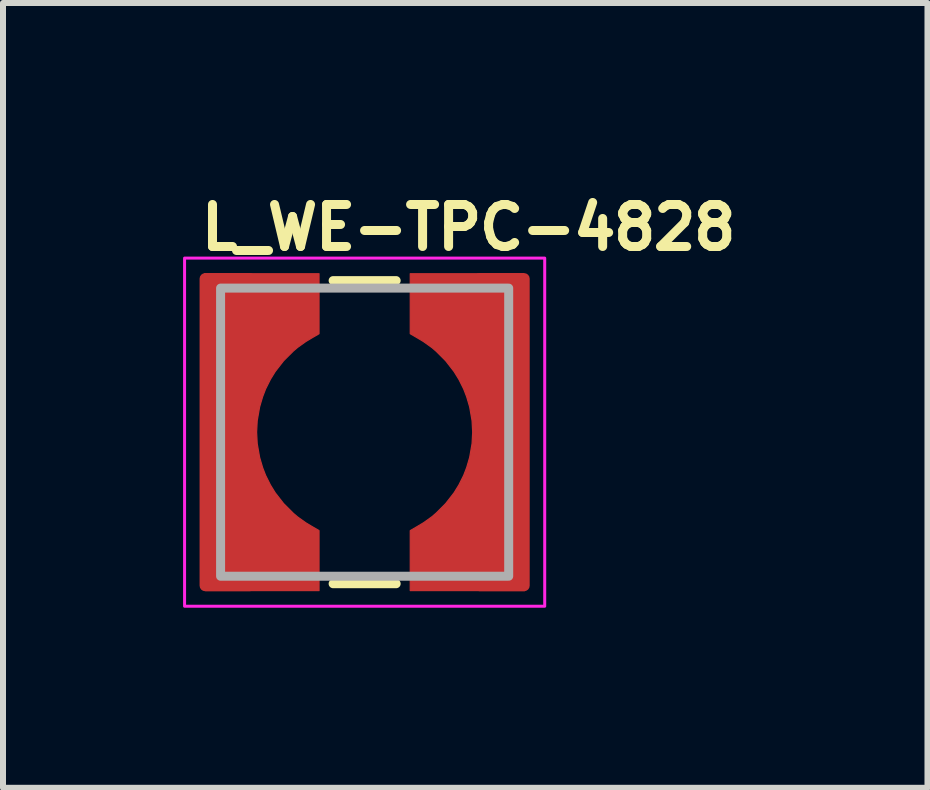
<source format=kicad_pcb>
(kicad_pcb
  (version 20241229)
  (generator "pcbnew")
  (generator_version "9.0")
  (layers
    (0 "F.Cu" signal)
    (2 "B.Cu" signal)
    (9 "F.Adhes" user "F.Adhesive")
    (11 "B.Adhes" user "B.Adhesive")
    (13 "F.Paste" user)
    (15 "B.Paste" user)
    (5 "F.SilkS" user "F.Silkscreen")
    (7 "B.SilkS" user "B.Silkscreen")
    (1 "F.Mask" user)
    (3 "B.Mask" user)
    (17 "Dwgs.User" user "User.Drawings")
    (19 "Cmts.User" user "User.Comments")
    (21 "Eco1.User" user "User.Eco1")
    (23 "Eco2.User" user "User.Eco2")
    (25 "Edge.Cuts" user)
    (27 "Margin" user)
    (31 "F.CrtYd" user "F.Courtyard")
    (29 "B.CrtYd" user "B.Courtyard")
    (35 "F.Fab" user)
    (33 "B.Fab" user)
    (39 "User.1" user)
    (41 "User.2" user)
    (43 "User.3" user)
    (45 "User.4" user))
  (footprint "L_WE-TPC-4828"
    (layer "F.Cu")
    (at 3.025 4.15)
    (property "Reference" "L_WE-TPC-4828" (at -2.8 -3 0) (layer "F.SilkS") (effects (font (size 0.7 0.7) (thickness 0.15)) (justify left bottom)))
    (attr smd)
    (fp_poly (pts (xy -2.667 -2.64) (xy -0.76 -2.64) (xy -0.76 -1.64) (xy -0.88 -1.57) (xy -0.98 -1.51) (xy -1.12 -1.41) (xy -1.19 -1.35) (xy -1.35 -1.19) (xy -1.49 -1.01) (xy -1.57 -0.88) (xy -1.65 -0.72) (xy -1.7 -0.59) (xy -1.75 -0.42) (xy -1.79 -0.19) (xy -1.8 0) (xy -1.79 0.19) (xy -1.75 0.42) (xy -1.7 0.59) (xy -1.65 0.72) (xy -1.57 0.88) (xy -1.49 1.01) (xy -1.35 1.19) (xy -1.19 1.35) (xy -1.12 1.41) (xy -0.98 1.51) (xy -0.88 1.57) (xy -0.76 1.64) (xy -0.76 2.64) (xy -2.65 2.64)) (stroke (width 0.02) (type solid)) (fill yes) (layer "F.Cu"))
    (fp_poly (pts (xy 2.667 2.64) (xy 0.76 2.64) (xy 0.76 1.64) (xy 0.88 1.57) (xy 0.98 1.51) (xy 1.12 1.41) (xy 1.19 1.35) (xy 1.35 1.19) (xy 1.49 1.01) (xy 1.57 0.88) (xy 1.65 0.72) (xy 1.7 0.59) (xy 1.75 0.42) (xy 1.79 0.19) (xy 1.8 0) (xy 1.79 -0.19) (xy 1.75 -0.42) (xy 1.7 -0.59) (xy 1.65 -0.72) (xy 1.57 -0.88) (xy 1.49 -1.01) (xy 1.35 -1.19) (xy 1.19 -1.35) (xy 1.12 -1.41) (xy 0.98 -1.51) (xy 0.88 -1.57) (xy 0.76 -1.64) (xy 0.76 -2.64) (xy 2.65 -2.64)) (stroke (width 0.02) (type solid)) (fill yes) (layer "F.Cu"))
    (fp_poly (pts (xy -2.667 -2.64) (xy -0.76 -2.64) (xy -0.76 -1.64) (xy -0.88 -1.57) (xy -0.98 -1.51) (xy -1.12 -1.41) (xy -1.19 -1.35) (xy -1.35 -1.19) (xy -1.49 -1.01) (xy -1.57 -0.88) (xy -1.65 -0.72) (xy -1.7 -0.59) (xy -1.75 -0.42) (xy -1.79 -0.19) (xy -1.8 0) (xy -1.79 0.19) (xy -1.75 0.42) (xy -1.7 0.59) (xy -1.65 0.72) (xy -1.57 0.88) (xy -1.49 1.01) (xy -1.35 1.19) (xy -1.19 1.35) (xy -1.12 1.41) (xy -0.98 1.51) (xy -0.88 1.57) (xy -0.76 1.64) (xy -0.76 2.64) (xy -2.65 2.64)) (stroke (width 0.02) (type solid)) (fill yes) (layer "F.Mask"))
    (fp_poly (pts (xy 2.667 2.64) (xy 0.76 2.64) (xy 0.76 1.64) (xy 0.88 1.57) (xy 0.98 1.51) (xy 1.12 1.41) (xy 1.19 1.35) (xy 1.35 1.19) (xy 1.49 1.01) (xy 1.57 0.88) (xy 1.65 0.72) (xy 1.7 0.59) (xy 1.75 0.42) (xy 1.79 0.19) (xy 1.8 0) (xy 1.79 -0.19) (xy 1.75 -0.42) (xy 1.7 -0.59) (xy 1.65 -0.72) (xy 1.57 -0.88) (xy 1.49 -1.01) (xy 1.35 -1.19) (xy 1.19 -1.35) (xy 1.12 -1.41) (xy 0.98 -1.51) (xy 0.88 -1.57) (xy 0.76 -1.64) (xy 0.76 -2.64) (xy 2.65 -2.64)) (stroke (width 0.02) (type solid)) (fill yes) (layer "F.Mask"))
    (fp_line (start -0.525 -2.525) (end 0.525 -2.525) (stroke (width 0.15) (type solid)) (layer "F.SilkS"))
    (fp_line (start -0.525 2.525) (end 0.525 2.525) (stroke (width 0.15) (type solid)) (layer "F.SilkS"))
    (fp_poly (pts (xy -2.667 -2.64) (xy -0.76 -2.64) (xy -0.76 -1.64) (xy -0.88 -1.57) (xy -0.98 -1.51) (xy -1.12 -1.41) (xy -1.19 -1.35) (xy -1.35 -1.19) (xy -1.49 -1.01) (xy -1.57 -0.88) (xy -1.65 -0.72) (xy -1.7 -0.59) (xy -1.75 -0.42) (xy -1.79 -0.19) (xy -1.8 0) (xy -1.79 0.19) (xy -1.75 0.42) (xy -1.7 0.59) (xy -1.65 0.72) (xy -1.57 0.88) (xy -1.49 1.01) (xy -1.35 1.19) (xy -1.19 1.35) (xy -1.12 1.41) (xy -0.98 1.51) (xy -0.88 1.57) (xy -0.76 1.64) (xy -0.76 2.64) (xy -2.65 2.64)) (stroke (width 0.02) (type solid)) (fill yes) (layer "F.Paste"))
    (fp_poly (pts (xy 2.667 2.64) (xy 0.76 2.64) (xy 0.76 1.64) (xy 0.88 1.57) (xy 0.98 1.51) (xy 1.12 1.41) (xy 1.19 1.35) (xy 1.35 1.19) (xy 1.49 1.01) (xy 1.57 0.88) (xy 1.65 0.72) (xy 1.7 0.59) (xy 1.75 0.42) (xy 1.79 0.19) (xy 1.8 0) (xy 1.79 -0.19) (xy 1.75 -0.42) (xy 1.7 -0.59) (xy 1.65 -0.72) (xy 1.57 -0.88) (xy 1.49 -1.01) (xy 1.35 -1.19) (xy 1.19 -1.35) (xy 1.12 -1.41) (xy 0.98 -1.51) (xy 0.88 -1.57) (xy 0.76 -1.64) (xy 0.76 -2.64) (xy 2.65 -2.64)) (stroke (width 0.02) (type solid)) (fill yes) (layer "F.Paste"))
    (fp_rect (start -3 2.9) (end 3 -2.9) (stroke (width 0.05) (type solid)) (fill no) (layer "F.CrtYd"))
    (fp_rect (start -2.4 2.4) (end 2.4 -2.4) (stroke (width 0.15) (type solid)) (fill no) (layer "F.Fab"))
    (fp_rect (start -2.4 2.4) (end 2.4 -2.4) (stroke (width 0.1) (type solid)) (fill no) (layer "User.5"))
    (fp_line (start -2.4 -2.2) (end -2.4 2.2) (stroke (width 0.02) (type solid)) (layer "User.9"))
    (fp_line (start -2.4 2.2) (end -2.399 2.209) (stroke (width 0.02) (type solid)) (layer "User.9"))
    (fp_line (start -2.399 -2.219) (end -2.399 -2.209) (stroke (width 0.02) (type solid)) (layer "User.9"))
    (fp_line (start -2.399 -2.209) (end -2.4 -2.2) (stroke (width 0.02) (type solid)) (layer "User.9"))
    (fp_line (start -2.399 2.209) (end -2.399 2.219) (stroke (width 0.02) (type solid)) (layer "User.9"))
    (fp_line (start -2.399 2.219) (end -2.397 2.229) (stroke (width 0.02) (type solid)) (layer "User.9"))
    (fp_line (start -2.397 -2.229) (end -2.399 -2.219) (stroke (width 0.02) (type solid)) (layer "User.9"))
    (fp_line (start -2.397 2.229) (end -2.396 2.239) (stroke (width 0.02) (type solid)) (layer "User.9"))
    (fp_line (start -2.396 -2.239) (end -2.397 -2.229) (stroke (width 0.02) (type solid)) (layer "User.9"))
    (fp_line (start -2.396 2.239) (end -2.393 2.248) (stroke (width 0.02) (type solid)) (layer "User.9"))
    (fp_line (start -2.393 -2.248) (end -2.396 -2.239) (stroke (width 0.02) (type solid)) (layer "User.9"))
    (fp_line (start -2.393 2.248) (end -2.391 2.258) (stroke (width 0.02) (type solid)) (layer "User.9"))
    (fp_line (start -2.391 -2.258) (end -2.393 -2.248) (stroke (width 0.02) (type solid)) (layer "User.9"))
    (fp_line (start -2.391 2.258) (end -2.388 2.267) (stroke (width 0.02) (type solid)) (layer "User.9"))
    (fp_line (start -2.388 -2.267) (end -2.391 -2.258) (stroke (width 0.02) (type solid)) (layer "User.9"))
    (fp_line (start -2.388 2.267) (end -2.384 2.276) (stroke (width 0.02) (type solid)) (layer "User.9"))
    (fp_line (start -2.384 -2.276) (end -2.388 -2.267) (stroke (width 0.02) (type solid)) (layer "User.9"))
    (fp_line (start -2.384 2.276) (end -2.38 2.285) (stroke (width 0.02) (type solid)) (layer "User.9"))
    (fp_line (start -2.38 -2.285) (end -2.384 -2.276) (stroke (width 0.02) (type solid)) (layer "User.9"))
    (fp_line (start -2.38 2.285) (end -2.376 2.294) (stroke (width 0.02) (type solid)) (layer "User.9"))
    (fp_line (start -2.376 -2.294) (end -2.38 -2.285) (stroke (width 0.02) (type solid)) (layer "User.9"))
    (fp_line (start -2.376 2.294) (end -2.371 2.302) (stroke (width 0.02) (type solid)) (layer "User.9"))
    (fp_line (start -2.371 -2.302) (end -2.376 -2.294) (stroke (width 0.02) (type solid)) (layer "User.9"))
    (fp_line (start -2.371 2.302) (end -2.366 2.31) (stroke (width 0.02) (type solid)) (layer "User.9"))
    (fp_line (start -2.366 -2.31) (end -2.371 -2.302) (stroke (width 0.02) (type solid)) (layer "User.9"))
    (fp_line (start -2.366 2.31) (end -2.36 2.318) (stroke (width 0.02) (type solid)) (layer "User.9"))
    (fp_line (start -2.36 -2.318) (end -2.366 -2.31) (stroke (width 0.02) (type solid)) (layer "User.9"))
    (fp_line (start -2.36 2.318) (end -2.354 2.326) (stroke (width 0.02) (type solid)) (layer "User.9"))
    (fp_line (start -2.354 -2.326) (end -2.36 -2.318) (stroke (width 0.02) (type solid)) (layer "User.9"))
    (fp_line (start -2.354 2.326) (end -2.348 2.334) (stroke (width 0.02) (type solid)) (layer "User.9"))
    (fp_line (start -2.348 -2.334) (end -2.354 -2.326) (stroke (width 0.02) (type solid)) (layer "User.9"))
    (fp_line (start -2.348 2.334) (end -2.341 2.341) (stroke (width 0.02) (type solid)) (layer "User.9"))
    (fp_line (start -2.341 -2.341) (end -2.348 -2.334) (stroke (width 0.02) (type solid)) (layer "User.9"))
    (fp_line (start -2.341 2.341) (end -2.334 2.348) (stroke (width 0.02) (type solid)) (layer "User.9"))
    (fp_line (start -2.334 -2.348) (end -2.341 -2.341) (stroke (width 0.02) (type solid)) (layer "User.9"))
    (fp_line (start -2.334 2.348) (end -2.326 2.354) (stroke (width 0.02) (type solid)) (layer "User.9"))
    (fp_line (start -2.326 -2.354) (end -2.334 -2.348) (stroke (width 0.02) (type solid)) (layer "User.9"))
    (fp_line (start -2.326 2.354) (end -2.318 2.36) (stroke (width 0.02) (type solid)) (layer "User.9"))
    (fp_line (start -2.318 -2.36) (end -2.326 -2.354) (stroke (width 0.02) (type solid)) (layer "User.9"))
    (fp_line (start -2.318 2.36) (end -2.31 2.366) (stroke (width 0.02) (type solid)) (layer "User.9"))
    (fp_line (start -2.31 -2.366) (end -2.318 -2.36) (stroke (width 0.02) (type solid)) (layer "User.9"))
    (fp_line (start -2.31 2.366) (end -2.302 2.371) (stroke (width 0.02) (type solid)) (layer "User.9"))
    (fp_line (start -2.302 -2.371) (end -2.31 -2.366) (stroke (width 0.02) (type solid)) (layer "User.9"))
    (fp_line (start -2.302 2.371) (end -2.294 2.376) (stroke (width 0.02) (type solid)) (layer "User.9"))
    (fp_line (start -2.294 -2.376) (end -2.302 -2.371) (stroke (width 0.02) (type solid)) (layer "User.9"))
    (fp_line (start -2.294 2.376) (end -2.285 2.38) (stroke (width 0.02) (type solid)) (layer "User.9"))
    (fp_line (start -2.285 -2.38) (end -2.294 -2.376) (stroke (width 0.02) (type solid)) (layer "User.9"))
    (fp_line (start -2.285 2.38) (end -2.276 2.384) (stroke (width 0.02) (type solid)) (layer "User.9"))
    (fp_line (start -2.276 -2.384) (end -2.285 -2.38) (stroke (width 0.02) (type solid)) (layer "User.9"))
    (fp_line (start -2.276 2.384) (end -2.267 2.388) (stroke (width 0.02) (type solid)) (layer "User.9"))
    (fp_line (start -2.267 -2.388) (end -2.276 -2.384) (stroke (width 0.02) (type solid)) (layer "User.9"))
    (fp_line (start -2.267 2.388) (end -2.258 2.391) (stroke (width 0.02) (type solid)) (layer "User.9"))
    (fp_line (start -2.258 -2.391) (end -2.267 -2.388) (stroke (width 0.02) (type solid)) (layer "User.9"))
    (fp_line (start -2.258 2.391) (end -2.248 2.393) (stroke (width 0.02) (type solid)) (layer "User.9"))
    (fp_line (start -2.248 -2.393) (end -2.258 -2.391) (stroke (width 0.02) (type solid)) (layer "User.9"))
    (fp_line (start -2.248 2.393) (end -2.239 2.396) (stroke (width 0.02) (type solid)) (layer "User.9"))
    (fp_line (start -2.239 -2.396) (end -2.248 -2.393) (stroke (width 0.02) (type solid)) (layer "User.9"))
    (fp_line (start -2.239 2.396) (end -2.229 2.397) (stroke (width 0.02) (type solid)) (layer "User.9"))
    (fp_line (start -2.229 -2.397) (end -2.239 -2.396) (stroke (width 0.02) (type solid)) (layer "User.9"))
    (fp_line (start -2.229 2.397) (end -2.219 2.399) (stroke (width 0.02) (type solid)) (layer "User.9"))
    (fp_line (start -2.219 -2.399) (end -2.229 -2.397) (stroke (width 0.02) (type solid)) (layer "User.9"))
    (fp_line (start -2.219 2.399) (end -2.209 2.399) (stroke (width 0.02) (type solid)) (layer "User.9"))
    (fp_line (start -2.209 -2.399) (end -2.219 -2.399) (stroke (width 0.02) (type solid)) (layer "User.9"))
    (fp_line (start -2.209 2.399) (end -2.2 2.4) (stroke (width 0.02) (type solid)) (layer "User.9"))
    (fp_line (start -2.2 -2.4) (end -2.209 -2.399) (stroke (width 0.02) (type solid)) (layer "User.9"))
    (fp_line (start -2.2 2.4) (end -0.8 2.4) (stroke (width 0.02) (type solid)) (layer "User.9"))
    (fp_line (start -2.2 2.4) (end 2.2 2.4) (stroke (width 0.02) (type solid)) (layer "User.9"))
    (fp_line (start -0.8 -2.4) (end -2.2 -2.4) (stroke (width 0.02) (type solid)) (layer "User.9"))
    (fp_line (start 0.8 -2.4) (end 2.2 -2.4) (stroke (width 0.02) (type solid)) (layer "User.9"))
    (fp_line (start 2.2 -2.4) (end -2.2 -2.4) (stroke (width 0.02) (type solid)) (layer "User.9"))
    (fp_line (start 2.2 2.4) (end 0.8 2.4) (stroke (width 0.02) (type solid)) (layer "User.9"))
    (fp_line (start 2.2 2.4) (end 2.209 2.399) (stroke (width 0.02) (type solid)) (layer "User.9"))
    (fp_line (start 2.209 -2.399) (end 2.2 -2.4) (stroke (width 0.02) (type solid)) (layer "User.9"))
    (fp_line (start 2.209 2.399) (end 2.219 2.399) (stroke (width 0.02) (type solid)) (layer "User.9"))
    (fp_line (start 2.219 -2.399) (end 2.209 -2.399) (stroke (width 0.02) (type solid)) (layer "User.9"))
    (fp_line (start 2.219 2.399) (end 2.229 2.397) (stroke (width 0.02) (type solid)) (layer "User.9"))
    (fp_line (start 2.229 -2.397) (end 2.219 -2.399) (stroke (width 0.02) (type solid)) (layer "User.9"))
    (fp_line (start 2.229 2.397) (end 2.239 2.396) (stroke (width 0.02) (type solid)) (layer "User.9"))
    (fp_line (start 2.239 -2.396) (end 2.229 -2.397) (stroke (width 0.02) (type solid)) (layer "User.9"))
    (fp_line (start 2.239 2.396) (end 2.248 2.393) (stroke (width 0.02) (type solid)) (layer "User.9"))
    (fp_line (start 2.248 -2.393) (end 2.239 -2.396) (stroke (width 0.02) (type solid)) (layer "User.9"))
    (fp_line (start 2.248 2.393) (end 2.258 2.391) (stroke (width 0.02) (type solid)) (layer "User.9"))
    (fp_line (start 2.258 -2.391) (end 2.248 -2.393) (stroke (width 0.02) (type solid)) (layer "User.9"))
    (fp_line (start 2.258 2.391) (end 2.267 2.388) (stroke (width 0.02) (type solid)) (layer "User.9"))
    (fp_line (start 2.267 -2.388) (end 2.258 -2.391) (stroke (width 0.02) (type solid)) (layer "User.9"))
    (fp_line (start 2.267 2.388) (end 2.276 2.384) (stroke (width 0.02) (type solid)) (layer "User.9"))
    (fp_line (start 2.276 -2.384) (end 2.267 -2.388) (stroke (width 0.02) (type solid)) (layer "User.9"))
    (fp_line (start 2.276 2.384) (end 2.285 2.38) (stroke (width 0.02) (type solid)) (layer "User.9"))
    (fp_line (start 2.285 -2.38) (end 2.276 -2.384) (stroke (width 0.02) (type solid)) (layer "User.9"))
    (fp_line (start 2.285 2.38) (end 2.294 2.376) (stroke (width 0.02) (type solid)) (layer "User.9"))
    (fp_line (start 2.294 -2.376) (end 2.285 -2.38) (stroke (width 0.02) (type solid)) (layer "User.9"))
    (fp_line (start 2.294 2.376) (end 2.302 2.371) (stroke (width 0.02) (type solid)) (layer "User.9"))
    (fp_line (start 2.302 -2.371) (end 2.294 -2.376) (stroke (width 0.02) (type solid)) (layer "User.9"))
    (fp_line (start 2.302 2.371) (end 2.31 2.366) (stroke (width 0.02) (type solid)) (layer "User.9"))
    (fp_line (start 2.31 -2.366) (end 2.302 -2.371) (stroke (width 0.02) (type solid)) (layer "User.9"))
    (fp_line (start 2.31 2.366) (end 2.318 2.36) (stroke (width 0.02) (type solid)) (layer "User.9"))
    (fp_line (start 2.318 -2.36) (end 2.31 -2.366) (stroke (width 0.02) (type solid)) (layer "User.9"))
    (fp_line (start 2.318 2.36) (end 2.326 2.354) (stroke (width 0.02) (type solid)) (layer "User.9"))
    (fp_line (start 2.326 -2.354) (end 2.318 -2.36) (stroke (width 0.02) (type solid)) (layer "User.9"))
    (fp_line (start 2.326 2.354) (end 2.334 2.348) (stroke (width 0.02) (type solid)) (layer "User.9"))
    (fp_line (start 2.334 -2.348) (end 2.326 -2.354) (stroke (width 0.02) (type solid)) (layer "User.9"))
    (fp_line (start 2.334 2.348) (end 2.341 2.341) (stroke (width 0.02) (type solid)) (layer "User.9"))
    (fp_line (start 2.341 -2.341) (end 2.334 -2.348) (stroke (width 0.02) (type solid)) (layer "User.9"))
    (fp_line (start 2.341 2.341) (end 2.348 2.334) (stroke (width 0.02) (type solid)) (layer "User.9"))
    (fp_line (start 2.348 -2.334) (end 2.341 -2.341) (stroke (width 0.02) (type solid)) (layer "User.9"))
    (fp_line (start 2.348 2.334) (end 2.354 2.326) (stroke (width 0.02) (type solid)) (layer "User.9"))
    (fp_line (start 2.354 -2.326) (end 2.348 -2.334) (stroke (width 0.02) (type solid)) (layer "User.9"))
    (fp_line (start 2.354 2.326) (end 2.36 2.318) (stroke (width 0.02) (type solid)) (layer "User.9"))
    (fp_line (start 2.36 -2.318) (end 2.354 -2.326) (stroke (width 0.02) (type solid)) (layer "User.9"))
    (fp_line (start 2.36 2.318) (end 2.366 2.31) (stroke (width 0.02) (type solid)) (layer "User.9"))
    (fp_line (start 2.366 -2.31) (end 2.36 -2.318) (stroke (width 0.02) (type solid)) (layer "User.9"))
    (fp_line (start 2.366 2.31) (end 2.371 2.302) (stroke (width 0.02) (type solid)) (layer "User.9"))
    (fp_line (start 2.371 -2.302) (end 2.366 -2.31) (stroke (width 0.02) (type solid)) (layer "User.9"))
    (fp_line (start 2.371 2.302) (end 2.376 2.294) (stroke (width 0.02) (type solid)) (layer "User.9"))
    (fp_line (start 2.376 -2.294) (end 2.371 -2.302) (stroke (width 0.02) (type solid)) (layer "User.9"))
    (fp_line (start 2.376 2.294) (end 2.38 2.285) (stroke (width 0.02) (type solid)) (layer "User.9"))
    (fp_line (start 2.38 -2.285) (end 2.376 -2.294) (stroke (width 0.02) (type solid)) (layer "User.9"))
    (fp_line (start 2.38 2.285) (end 2.384 2.276) (stroke (width 0.02) (type solid)) (layer "User.9"))
    (fp_line (start 2.384 -2.276) (end 2.38 -2.285) (stroke (width 0.02) (type solid)) (layer "User.9"))
    (fp_line (start 2.384 2.276) (end 2.388 2.267) (stroke (width 0.02) (type solid)) (layer "User.9"))
    (fp_line (start 2.388 -2.267) (end 2.384 -2.276) (stroke (width 0.02) (type solid)) (layer "User.9"))
    (fp_line (start 2.388 2.267) (end 2.391 2.258) (stroke (width 0.02) (type solid)) (layer "User.9"))
    (fp_line (start 2.391 -2.258) (end 2.388 -2.267) (stroke (width 0.02) (type solid)) (layer "User.9"))
    (fp_line (start 2.391 2.258) (end 2.393 2.248) (stroke (width 0.02) (type solid)) (layer "User.9"))
    (fp_line (start 2.393 -2.248) (end 2.391 -2.258) (stroke (width 0.02) (type solid)) (layer "User.9"))
    (fp_line (start 2.393 2.248) (end 2.396 2.239) (stroke (width 0.02) (type solid)) (layer "User.9"))
    (fp_line (start 2.396 -2.239) (end 2.393 -2.248) (stroke (width 0.02) (type solid)) (layer "User.9"))
    (fp_line (start 2.396 2.239) (end 2.397 2.229) (stroke (width 0.02) (type solid)) (layer "User.9"))
    (fp_line (start 2.397 -2.229) (end 2.396 -2.239) (stroke (width 0.02) (type solid)) (layer "User.9"))
    (fp_line (start 2.397 2.229) (end 2.399 2.219) (stroke (width 0.02) (type solid)) (layer "User.9"))
    (fp_line (start 2.399 -2.219) (end 2.397 -2.229) (stroke (width 0.02) (type solid)) (layer "User.9"))
    (fp_line (start 2.399 -2.209) (end 2.399 -2.219) (stroke (width 0.02) (type solid)) (layer "User.9"))
    (fp_line (start 2.399 2.209) (end 2.4 2.2) (stroke (width 0.02) (type solid)) (layer "User.9"))
    (fp_line (start 2.399 2.219) (end 2.399 2.209) (stroke (width 0.02) (type solid)) (layer "User.9"))
    (fp_line (start 2.4 -2.2) (end 2.399 -2.209) (stroke (width 0.02) (type solid)) (layer "User.9"))
    (fp_line (start 2.4 -2.2) (end 2.4 2.2) (stroke (width 0.02) (type solid)) (layer "User.9"))
    (fp_line (start 2.4 2.2) (end 2.4 -2.2) (stroke (width 0.02) (type solid)) (layer "User.9"))
    (fp_circle (center -1.08 0) (end -0.987 0) (stroke (width 0.02) (type solid)) (fill no) (layer "User.9"))
    (fp_circle (center 0 0) (end 0 1.73) (stroke (width 0.02) (type solid)) (fill no) (layer "User.9"))
    (pad "1" smd roundrect (at -2.285 0 180) (size 0.93 5.3) (layers "F.Cu" "F.Mask" "F.Paste") (roundrect_rratio 0.1))
    (pad "2" smd roundrect (at 2.285 0) (size 0.93 5.3) (layers "F.Cu" "F.Mask" "F.Paste") (roundrect_rratio 0.1)))
  (gr_rect
    (start -3 -3)
    (end 12.402 10.075)
    (stroke (width 0.1) (type default))
    (fill no)
    (layer "Edge.Cuts")))
</source>
